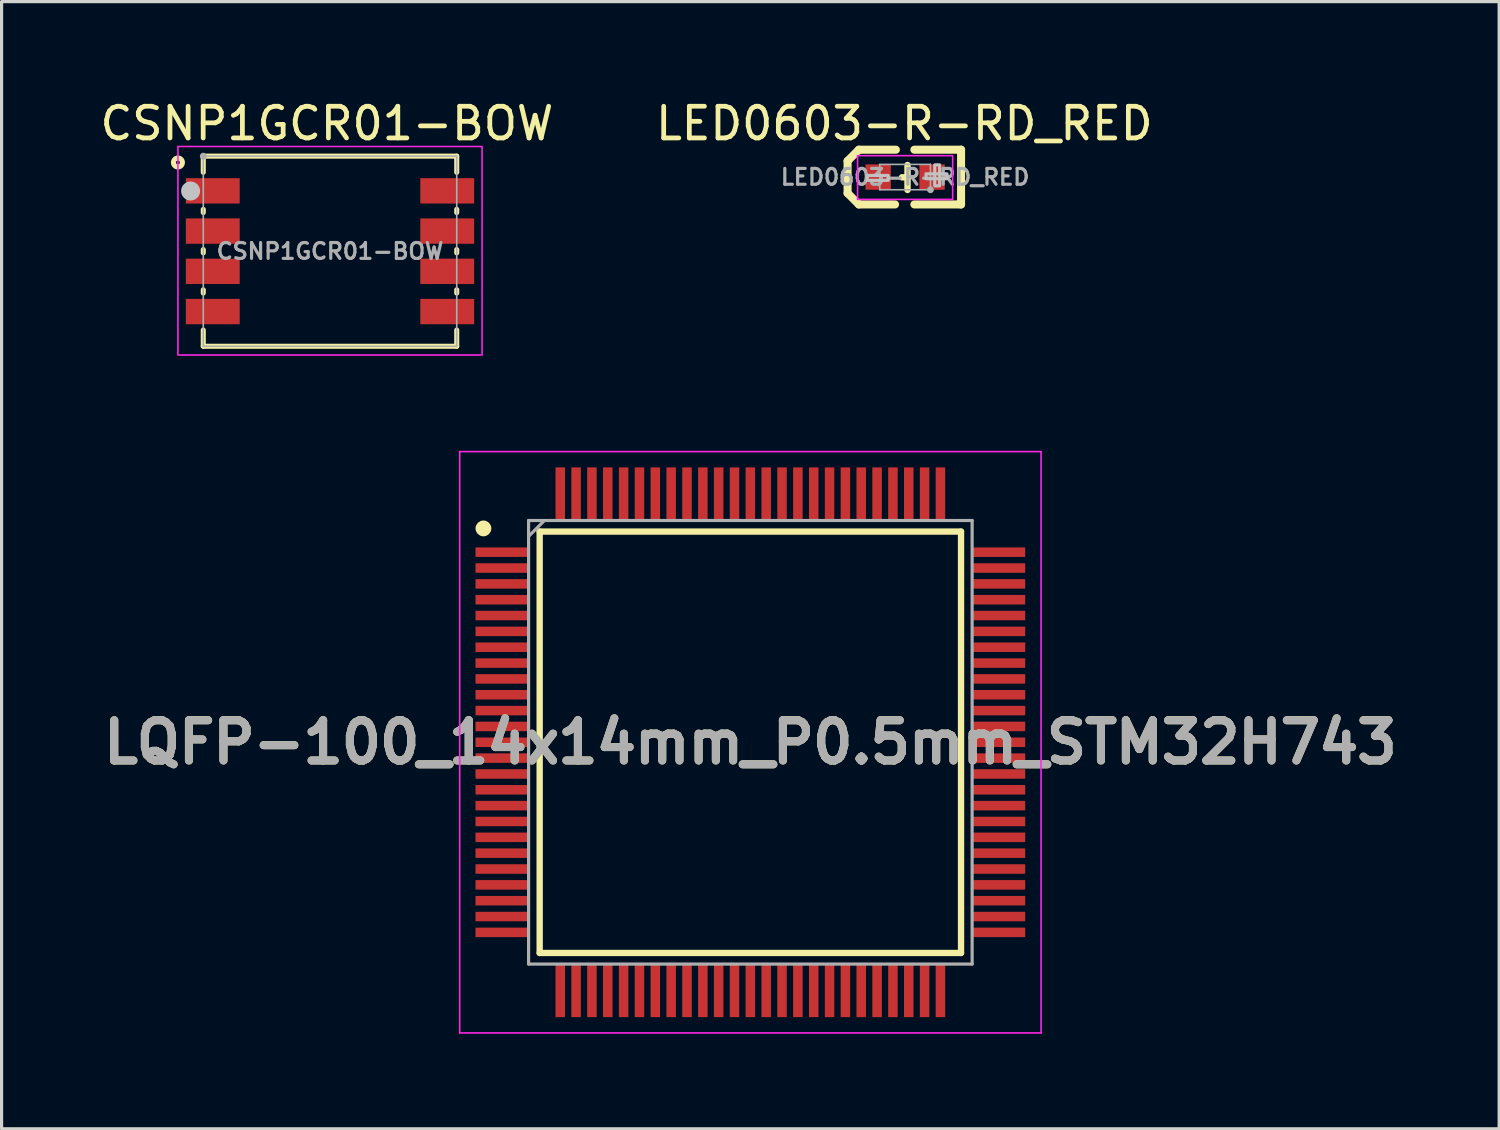
<source format=kicad_pcb>
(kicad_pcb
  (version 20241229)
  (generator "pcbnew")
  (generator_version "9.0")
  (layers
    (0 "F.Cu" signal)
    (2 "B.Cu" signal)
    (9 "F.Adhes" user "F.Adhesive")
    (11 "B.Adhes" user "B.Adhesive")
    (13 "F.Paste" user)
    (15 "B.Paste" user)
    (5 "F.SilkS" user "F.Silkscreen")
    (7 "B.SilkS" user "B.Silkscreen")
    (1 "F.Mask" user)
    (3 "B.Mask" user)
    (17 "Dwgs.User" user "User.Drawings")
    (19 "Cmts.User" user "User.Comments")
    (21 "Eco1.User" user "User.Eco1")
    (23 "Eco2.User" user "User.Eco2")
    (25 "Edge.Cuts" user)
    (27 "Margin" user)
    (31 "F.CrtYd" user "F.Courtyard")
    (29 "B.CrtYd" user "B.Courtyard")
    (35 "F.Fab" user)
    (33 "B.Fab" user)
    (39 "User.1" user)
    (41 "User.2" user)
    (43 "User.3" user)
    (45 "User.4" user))
  (footprint "LED0603-R-RD_RED"
    (layer "F.Cu")
    (at 25.519 2.539)
    (property "Reference" "LED0603-R-RD_RED" (at -0.025 -1.69 0) (layer "F.SilkS") (effects (font (size 1 1) (thickness 0.15))))
    (fp_line (start -1.816 -0.508) (end -1.46 -0.864) (stroke (width 0.254) (type default)) (layer "F.SilkS"))
    (fp_line (start -1.816 0.508) (end -1.816 -0.508) (stroke (width 0.254) (type default)) (layer "F.SilkS"))
    (fp_line (start -1.46 0.864) (end -1.816 0.508) (stroke (width 0.254) (type default)) (layer "F.SilkS"))
    (fp_line (start -0.318 0.864) (end -1.46 0.864) (stroke (width 0.254) (type default)) (layer "F.SilkS"))
    (fp_line (start -0.292 -0.864) (end -1.46 -0.864) (stroke (width 0.254) (type default)) (layer "F.SilkS"))
    (fp_line (start 0.076 0.008) (end -0.099 0.008) (stroke (width 0.203) (type default)) (layer "F.SilkS"))
    (fp_line (start 0.076 0.406) (end 0.076 -0.381) (stroke (width 0.203) (type default)) (layer "F.SilkS"))
    (fp_line (start 1.766 -0.864) (end 0.292 -0.864) (stroke (width 0.254) (type default)) (layer "F.SilkS"))
    (fp_line (start 1.766 0.864) (end 0.292 0.864) (stroke (width 0.254) (type default)) (layer "F.SilkS"))
    (fp_line (start 1.766 0.864) (end 1.766 -0.864) (stroke (width 0.254) (type default)) (layer "F.SilkS"))
    (fp_poly (pts (xy -1.194 -0.05) (xy -0.533 -0.05) (xy -0.533 0.103) (xy -1.194 0.103)) (stroke (width 0.1) (type default)) (fill no) (layer "Dwgs.User"))
    (fp_poly (pts (xy 0.66 -0.102) (xy 1.321 -0.102) (xy 1.321 0.051) (xy 0.66 0.051)) (stroke (width 0.1) (type default)) (fill no) (layer "Dwgs.User"))
    (fp_poly (pts (xy 0.935 0.275) (xy 0.935 -0.385) (xy 1.088 -0.385) (xy 1.088 0.275)) (stroke (width 0.1) (type default)) (fill no) (layer "Dwgs.User"))
    (fp_rect (start -1.501 -0.675) (end 1.501 0.705) (stroke (width 0.05) (type default)) (fill no) (layer "F.CrtYd"))
    (fp_line (start -0.8 -0.4) (end 0.8 -0.4) (stroke (width 0.051) (type default)) (layer "F.Fab"))
    (fp_line (start -0.8 0.4) (end -0.8 -0.4) (stroke (width 0.051) (type default)) (layer "F.Fab"))
    (fp_line (start 0.8 -0.4) (end 0.8 0.4) (stroke (width 0.051) (type default)) (layer "F.Fab"))
    (fp_line (start 0.8 0.4) (end -0.8 0.4) (stroke (width 0.051) (type default)) (layer "F.Fab"))
    (fp_poly (pts (xy 0.855 0.377) (xy 0.823 0.345) (xy 0.777 0.345) (xy 0.745 0.377) (xy 0.745 0.423) (xy 0.777 0.455) (xy 0.823 0.455) (xy 0.855 0.423)) (stroke (width 0.1) (type default)) (fill no) (layer "F.Fab"))
    (fp_poly (pts (xy -0.8 0.4) (xy -0.8 -0.4) (xy -0.5 -0.4) (xy -0.5 0.4)) (stroke (width 0.1) (type default)) (fill no) (layer "User.1"))
    (fp_poly (pts (xy 0.8 -0.4) (xy 0.8 0.4) (xy 0.5 0.4) (xy 0.5 -0.4)) (stroke (width 0.1) (type default)) (fill no) (layer "User.1"))
    (fp_text user "${REFERENCE}" (at 0 0 0) (layer "F.Fab") (effects (font (size 0.5 0.5) (thickness 0.1))))
    (pad "1" smd rect (at 0.851 0 90) (size 0.8 0.8) (layers "F.Cu" "F.Mask" "F.Paste"))
    (pad "2" smd rect (at -0.851 0 90) (size 0.8 0.8) (layers "F.Cu" "F.Mask" "F.Paste")))
  (footprint "CSNP1GCR01-BOW"
    (layer "F.Cu")
    (at 7.366 4.879)
    (property "Reference" "CSNP1GCR01-BOW" (at -0.098 -4.03 0) (layer "F.SilkS") (effects (font (size 1 1) (thickness 0.15))))
    (fp_line (start -4 -3) (end -4 -2.49) (stroke (width 0.16) (type default)) (layer "F.SilkS"))
    (fp_line (start -4 -3) (end 4 -3) (stroke (width 0.16) (type default)) (layer "F.SilkS"))
    (fp_line (start -4 -1.321) (end -4 -1.22) (stroke (width 0.16) (type default)) (layer "F.SilkS"))
    (fp_line (start -4 -0.051) (end -4 0.051) (stroke (width 0.16) (type default)) (layer "F.SilkS"))
    (fp_line (start -4 1.219) (end -4 1.321) (stroke (width 0.16) (type default)) (layer "F.SilkS"))
    (fp_line (start -4 2.489) (end -4 3) (stroke (width 0.16) (type default)) (layer "F.SilkS"))
    (fp_line (start -4 3) (end 4 3) (stroke (width 0.16) (type default)) (layer "F.SilkS"))
    (fp_line (start 4 -3) (end 4 -2.49) (stroke (width 0.16) (type default)) (layer "F.SilkS"))
    (fp_line (start 4 -1.321) (end 4 -1.22) (stroke (width 0.16) (type default)) (layer "F.SilkS"))
    (fp_line (start 4 -0.051) (end 4 0.051) (stroke (width 0.16) (type default)) (layer "F.SilkS"))
    (fp_line (start 4 1.219) (end 4 1.321) (stroke (width 0.16) (type default)) (layer "F.SilkS"))
    (fp_line (start 4 2.489) (end 4 3) (stroke (width 0.16) (type default)) (layer "F.SilkS"))
    (fp_circle (center -4.8 -2.8) (end -4.659 -2.8) (stroke (width 0.16) (type default)) (fill no) (layer "F.SilkS"))
    (fp_circle (center -4.4 -1.9) (end -4.25 -1.9) (stroke (width 0.3) (type default)) (fill no) (layer "Dwgs.User"))
    (fp_rect (start -4.8 -3.305) (end 4.8 3.276) (stroke (width 0.05) (type default)) (fill no) (layer "F.CrtYd"))
    (fp_line (start -4 -3) (end 4 -3) (stroke (width 0.051) (type default)) (layer "F.Fab"))
    (fp_line (start -4 3) (end -4 -3) (stroke (width 0.051) (type default)) (layer "F.Fab"))
    (fp_line (start 4 -3) (end 4 3) (stroke (width 0.051) (type default)) (layer "F.Fab"))
    (fp_line (start 4 3) (end -4 3) (stroke (width 0.051) (type default)) (layer "F.Fab"))
    (fp_poly (pts (xy -3.945 -3.023) (xy -3.977 -3.055) (xy -4.023 -3.055) (xy -4.055 -3.023) (xy -4.055 -2.977) (xy -4.023 -2.945) (xy -3.977 -2.945) (xy -3.945 -2.977)) (stroke (width 0.1) (type default)) (fill no) (layer "F.Fab"))
    (fp_poly (pts (xy -4 -2.28) (xy -3.25 -2.28) (xy -3.25 -1.53) (xy -4 -1.53)) (stroke (width 0.1) (type default)) (fill no) (layer "User.1"))
    (fp_poly (pts (xy -4 -1.01) (xy -3.25 -1.01) (xy -3.25 -0.26) (xy -4 -0.26)) (stroke (width 0.1) (type default)) (fill no) (layer "User.1"))
    (fp_poly (pts (xy -4 0.26) (xy -3.25 0.26) (xy -3.25 1.01) (xy -4 1.01)) (stroke (width 0.1) (type default)) (fill no) (layer "User.1"))
    (fp_poly (pts (xy -4 1.53) (xy -3.25 1.53) (xy -3.25 2.28) (xy -4 2.28)) (stroke (width 0.1) (type default)) (fill no) (layer "User.1"))
    (fp_poly (pts (xy 3.25 -2.28) (xy 4 -2.28) (xy 4 -1.53) (xy 3.25 -1.53)) (stroke (width 0.1) (type default)) (fill no) (layer "User.1"))
    (fp_poly (pts (xy 3.25 -1.01) (xy 4 -1.01) (xy 4 -0.26) (xy 3.25 -0.26)) (stroke (width 0.1) (type default)) (fill no) (layer "User.1"))
    (fp_poly (pts (xy 3.25 0.26) (xy 4 0.26) (xy 4 1.01) (xy 3.25 1.01)) (stroke (width 0.1) (type default)) (fill no) (layer "User.1"))
    (fp_poly (pts (xy 3.25 1.53) (xy 4 1.53) (xy 4 2.28) (xy 3.25 2.28)) (stroke (width 0.1) (type default)) (fill no) (layer "User.1"))
    (fp_text user "${REFERENCE}" (at 0 0 0) (layer "F.Fab") (effects (font (size 0.5 0.5) (thickness 0.1))))
    (pad "1" smd rect (at -3.7 -1.905) (size 1.7 0.8) (layers "F.Cu" "F.Mask" "F.Paste"))
    (pad "2" smd rect (at -3.7 -0.635) (size 1.7 0.8) (layers "F.Cu" "F.Mask" "F.Paste"))
    (pad "3" smd rect (at -3.7 0.635) (size 1.7 0.8) (layers "F.Cu" "F.Mask" "F.Paste"))
    (pad "4" smd rect (at -3.7 1.905) (size 1.7 0.8) (layers "F.Cu" "F.Mask" "F.Paste"))
    (pad "5" smd rect (at 3.7 1.905) (size 1.7 0.8) (layers "F.Cu" "F.Mask" "F.Paste"))
    (pad "6" smd rect (at 3.7 0.635) (size 1.7 0.8) (layers "F.Cu" "F.Mask" "F.Paste"))
    (pad "7" smd rect (at 3.7 -0.635) (size 1.7 0.8) (layers "F.Cu" "F.Mask" "F.Paste"))
    (pad "8" smd rect (at 3.7 -1.905) (size 1.7 0.8) (layers "F.Cu" "F.Mask" "F.Paste")))
  (footprint "LQFP-100_14x14mm_P0.5mm_STM32H743"
    (layer "F.Cu")
    (at 20.634 20.379)
    (property "Reference" "LQFP-100_14x14mm_P0.5mm_STM32H743" (at 0 0 0) (layer "F.SilkS") (effects (font (size 1.27 1.27) (thickness 0.254))))
    (attr smd)
    (fp_line (start -6.65 -6.65) (end 6.65 -6.65) (stroke (width 0.2) (type solid)) (layer "F.SilkS"))
    (fp_line (start -6.65 6.65) (end -6.65 -6.65) (stroke (width 0.2) (type solid)) (layer "F.SilkS"))
    (fp_line (start 6.65 -6.65) (end 6.65 6.65) (stroke (width 0.2) (type solid)) (layer "F.SilkS"))
    (fp_line (start 6.65 6.65) (end -6.65 6.65) (stroke (width 0.2) (type solid)) (layer "F.SilkS"))
    (fp_circle (center -8.425 -6.75) (end -8.425 -6.625) (stroke (width 0.25) (type solid)) (fill no) (layer "F.SilkS"))
    (fp_line (start -9.175 -9.175) (end 9.175 -9.175) (stroke (width 0.05) (type solid)) (layer "F.CrtYd"))
    (fp_line (start -9.175 9.175) (end -9.175 -9.175) (stroke (width 0.05) (type solid)) (layer "F.CrtYd"))
    (fp_line (start 9.175 -9.175) (end 9.175 9.175) (stroke (width 0.05) (type solid)) (layer "F.CrtYd"))
    (fp_line (start 9.175 9.175) (end -9.175 9.175) (stroke (width 0.05) (type solid)) (layer "F.CrtYd"))
    (fp_line (start -7 -7) (end 7 -7) (stroke (width 0.1) (type solid)) (layer "F.Fab"))
    (fp_line (start -7 -6.5) (end -6.5 -7) (stroke (width 0.1) (type solid)) (layer "F.Fab"))
    (fp_line (start -7 7) (end -7 -7) (stroke (width 0.1) (type solid)) (layer "F.Fab"))
    (fp_line (start 7 -7) (end 7 7) (stroke (width 0.1) (type solid)) (layer "F.Fab"))
    (fp_line (start 7 7) (end -7 7) (stroke (width 0.1) (type solid)) (layer "F.Fab"))
    (fp_text user "${REFERENCE}" (at 0 0 0) (layer "F.Fab") (effects (font (size 1.27 1.27) (thickness 0.254))))
    (pad "1" smd rect (at -7.838 -6 90) (size 0.3 1.675) (layers "F.Cu" "F.Mask" "F.Paste"))
    (pad "2" smd rect (at -7.838 -5.5 90) (size 0.3 1.675) (layers "F.Cu" "F.Mask" "F.Paste"))
    (pad "3" smd rect (at -7.838 -5 90) (size 0.3 1.675) (layers "F.Cu" "F.Mask" "F.Paste"))
    (pad "4" smd rect (at -7.838 -4.5 90) (size 0.3 1.675) (layers "F.Cu" "F.Mask" "F.Paste"))
    (pad "5" smd rect (at -7.838 -4 90) (size 0.3 1.675) (layers "F.Cu" "F.Mask" "F.Paste"))
    (pad "6" smd rect (at -7.838 -3.5 90) (size 0.3 1.675) (layers "F.Cu" "F.Mask" "F.Paste"))
    (pad "7" smd rect (at -7.838 -3 90) (size 0.3 1.675) (layers "F.Cu" "F.Mask" "F.Paste"))
    (pad "8" smd rect (at -7.838 -2.5 90) (size 0.3 1.675) (layers "F.Cu" "F.Mask" "F.Paste"))
    (pad "9" smd rect (at -7.838 -2 90) (size 0.3 1.675) (layers "F.Cu" "F.Mask" "F.Paste"))
    (pad "10" smd rect (at -7.838 -1.5 90) (size 0.3 1.675) (layers "F.Cu" "F.Mask" "F.Paste"))
    (pad "11" smd rect (at -7.838 -1 90) (size 0.3 1.675) (layers "F.Cu" "F.Mask" "F.Paste"))
    (pad "12" smd rect (at -7.838 -0.5 90) (size 0.3 1.675) (layers "F.Cu" "F.Mask" "F.Paste"))
    (pad "13" smd rect (at -7.838 0 90) (size 0.3 1.675) (layers "F.Cu" "F.Mask" "F.Paste"))
    (pad "14" smd rect (at -7.838 0.5 90) (size 0.3 1.675) (layers "F.Cu" "F.Mask" "F.Paste"))
    (pad "15" smd rect (at -7.838 1 90) (size 0.3 1.675) (layers "F.Cu" "F.Mask" "F.Paste"))
    (pad "16" smd rect (at -7.838 1.5 90) (size 0.3 1.675) (layers "F.Cu" "F.Mask" "F.Paste"))
    (pad "17" smd rect (at -7.838 2 90) (size 0.3 1.675) (layers "F.Cu" "F.Mask" "F.Paste"))
    (pad "18" smd rect (at -7.838 2.5 90) (size 0.3 1.675) (layers "F.Cu" "F.Mask" "F.Paste"))
    (pad "19" smd rect (at -7.838 3 90) (size 0.3 1.675) (layers "F.Cu" "F.Mask" "F.Paste"))
    (pad "20" smd rect (at -7.838 3.5 90) (size 0.3 1.675) (layers "F.Cu" "F.Mask" "F.Paste"))
    (pad "21" smd rect (at -7.838 4 90) (size 0.3 1.675) (layers "F.Cu" "F.Mask" "F.Paste"))
    (pad "22" smd rect (at -7.838 4.5 90) (size 0.3 1.675) (layers "F.Cu" "F.Mask" "F.Paste"))
    (pad "23" smd rect (at -7.838 5 90) (size 0.3 1.675) (layers "F.Cu" "F.Mask" "F.Paste"))
    (pad "24" smd rect (at -7.838 5.5 90) (size 0.3 1.675) (layers "F.Cu" "F.Mask" "F.Paste"))
    (pad "25" smd rect (at -7.838 6 90) (size 0.3 1.675) (layers "F.Cu" "F.Mask" "F.Paste"))
    (pad "26" smd rect (at -6 7.838) (size 0.3 1.675) (layers "F.Cu" "F.Mask" "F.Paste"))
    (pad "27" smd rect (at -5.5 7.838) (size 0.3 1.675) (layers "F.Cu" "F.Mask" "F.Paste"))
    (pad "28" smd rect (at -5 7.838) (size 0.3 1.675) (layers "F.Cu" "F.Mask" "F.Paste"))
    (pad "29" smd rect (at -4.5 7.838) (size 0.3 1.675) (layers "F.Cu" "F.Mask" "F.Paste"))
    (pad "30" smd rect (at -4 7.838) (size 0.3 1.675) (layers "F.Cu" "F.Mask" "F.Paste"))
    (pad "31" smd rect (at -3.5 7.838) (size 0.3 1.675) (layers "F.Cu" "F.Mask" "F.Paste"))
    (pad "32" smd rect (at -3 7.838) (size 0.3 1.675) (layers "F.Cu" "F.Mask" "F.Paste"))
    (pad "33" smd rect (at -2.5 7.838) (size 0.3 1.675) (layers "F.Cu" "F.Mask" "F.Paste"))
    (pad "34" smd rect (at -2 7.838) (size 0.3 1.675) (layers "F.Cu" "F.Mask" "F.Paste"))
    (pad "35" smd rect (at -1.5 7.838) (size 0.3 1.675) (layers "F.Cu" "F.Mask" "F.Paste"))
    (pad "36" smd rect (at -1 7.838) (size 0.3 1.675) (layers "F.Cu" "F.Mask" "F.Paste"))
    (pad "37" smd rect (at -0.5 7.838) (size 0.3 1.675) (layers "F.Cu" "F.Mask" "F.Paste"))
    (pad "38" smd rect (at 0 7.838) (size 0.3 1.675) (layers "F.Cu" "F.Mask" "F.Paste"))
    (pad "39" smd rect (at 0.5 7.838) (size 0.3 1.675) (layers "F.Cu" "F.Mask" "F.Paste"))
    (pad "40" smd rect (at 1 7.838) (size 0.3 1.675) (layers "F.Cu" "F.Mask" "F.Paste"))
    (pad "41" smd rect (at 1.5 7.838) (size 0.3 1.675) (layers "F.Cu" "F.Mask" "F.Paste"))
    (pad "42" smd rect (at 2 7.838) (size 0.3 1.675) (layers "F.Cu" "F.Mask" "F.Paste"))
    (pad "43" smd rect (at 2.5 7.838) (size 0.3 1.675) (layers "F.Cu" "F.Mask" "F.Paste"))
    (pad "44" smd rect (at 3 7.838) (size 0.3 1.675) (layers "F.Cu" "F.Mask" "F.Paste"))
    (pad "45" smd rect (at 3.5 7.838) (size 0.3 1.675) (layers "F.Cu" "F.Mask" "F.Paste"))
    (pad "46" smd rect (at 4 7.838) (size 0.3 1.675) (layers "F.Cu" "F.Mask" "F.Paste"))
    (pad "47" smd rect (at 4.5 7.838) (size 0.3 1.675) (layers "F.Cu" "F.Mask" "F.Paste"))
    (pad "48" smd rect (at 5 7.838) (size 0.3 1.675) (layers "F.Cu" "F.Mask" "F.Paste"))
    (pad "49" smd rect (at 5.5 7.838) (size 0.3 1.675) (layers "F.Cu" "F.Mask" "F.Paste"))
    (pad "50" smd rect (at 6 7.838) (size 0.3 1.675) (layers "F.Cu" "F.Mask" "F.Paste"))
    (pad "51" smd rect (at 7.838 6 90) (size 0.3 1.675) (layers "F.Cu" "F.Mask" "F.Paste"))
    (pad "52" smd rect (at 7.838 5.5 90) (size 0.3 1.675) (layers "F.Cu" "F.Mask" "F.Paste"))
    (pad "53" smd rect (at 7.838 5 90) (size 0.3 1.675) (layers "F.Cu" "F.Mask" "F.Paste"))
    (pad "54" smd rect (at 7.838 4.5 90) (size 0.3 1.675) (layers "F.Cu" "F.Mask" "F.Paste"))
    (pad "55" smd rect (at 7.838 4 90) (size 0.3 1.675) (layers "F.Cu" "F.Mask" "F.Paste"))
    (pad "56" smd rect (at 7.838 3.5 90) (size 0.3 1.675) (layers "F.Cu" "F.Mask" "F.Paste"))
    (pad "57" smd rect (at 7.838 3 90) (size 0.3 1.675) (layers "F.Cu" "F.Mask" "F.Paste"))
    (pad "58" smd rect (at 7.838 2.5 90) (size 0.3 1.675) (layers "F.Cu" "F.Mask" "F.Paste"))
    (pad "59" smd rect (at 7.838 2 90) (size 0.3 1.675) (layers "F.Cu" "F.Mask" "F.Paste"))
    (pad "60" smd rect (at 7.838 1.5 90) (size 0.3 1.675) (layers "F.Cu" "F.Mask" "F.Paste"))
    (pad "61" smd rect (at 7.838 1 90) (size 0.3 1.675) (layers "F.Cu" "F.Mask" "F.Paste"))
    (pad "62" smd rect (at 7.838 0.5 90) (size 0.3 1.675) (layers "F.Cu" "F.Mask" "F.Paste"))
    (pad "63" smd rect (at 7.838 0 90) (size 0.3 1.675) (layers "F.Cu" "F.Mask" "F.Paste"))
    (pad "64" smd rect (at 7.838 -0.5 90) (size 0.3 1.675) (layers "F.Cu" "F.Mask" "F.Paste"))
    (pad "65" smd rect (at 7.838 -1 90) (size 0.3 1.675) (layers "F.Cu" "F.Mask" "F.Paste"))
    (pad "66" smd rect (at 7.838 -1.5 90) (size 0.3 1.675) (layers "F.Cu" "F.Mask" "F.Paste"))
    (pad "67" smd rect (at 7.838 -2 90) (size 0.3 1.675) (layers "F.Cu" "F.Mask" "F.Paste"))
    (pad "68" smd rect (at 7.838 -2.5 90) (size 0.3 1.675) (layers "F.Cu" "F.Mask" "F.Paste"))
    (pad "69" smd rect (at 7.838 -3 90) (size 0.3 1.675) (layers "F.Cu" "F.Mask" "F.Paste"))
    (pad "70" smd rect (at 7.838 -3.5 90) (size 0.3 1.675) (layers "F.Cu" "F.Mask" "F.Paste"))
    (pad "71" smd rect (at 7.838 -4 90) (size 0.3 1.675) (layers "F.Cu" "F.Mask" "F.Paste"))
    (pad "72" smd rect (at 7.838 -4.5 90) (size 0.3 1.675) (layers "F.Cu" "F.Mask" "F.Paste"))
    (pad "73" smd rect (at 7.838 -5 90) (size 0.3 1.675) (layers "F.Cu" "F.Mask" "F.Paste"))
    (pad "74" smd rect (at 7.838 -5.5 90) (size 0.3 1.675) (layers "F.Cu" "F.Mask" "F.Paste"))
    (pad "75" smd rect (at 7.838 -6 90) (size 0.3 1.675) (layers "F.Cu" "F.Mask" "F.Paste"))
    (pad "76" smd rect (at 6 -7.838) (size 0.3 1.675) (layers "F.Cu" "F.Mask" "F.Paste"))
    (pad "77" smd rect (at 5.5 -7.838) (size 0.3 1.675) (layers "F.Cu" "F.Mask" "F.Paste"))
    (pad "78" smd rect (at 5 -7.838) (size 0.3 1.675) (layers "F.Cu" "F.Mask" "F.Paste"))
    (pad "79" smd rect (at 4.5 -7.838) (size 0.3 1.675) (layers "F.Cu" "F.Mask" "F.Paste"))
    (pad "80" smd rect (at 4 -7.838) (size 0.3 1.675) (layers "F.Cu" "F.Mask" "F.Paste"))
    (pad "81" smd rect (at 3.5 -7.838) (size 0.3 1.675) (layers "F.Cu" "F.Mask" "F.Paste"))
    (pad "82" smd rect (at 3 -7.838) (size 0.3 1.675) (layers "F.Cu" "F.Mask" "F.Paste"))
    (pad "83" smd rect (at 2.5 -7.838) (size 0.3 1.675) (layers "F.Cu" "F.Mask" "F.Paste"))
    (pad "84" smd rect (at 2 -7.838) (size 0.3 1.675) (layers "F.Cu" "F.Mask" "F.Paste"))
    (pad "85" smd rect (at 1.5 -7.838) (size 0.3 1.675) (layers "F.Cu" "F.Mask" "F.Paste"))
    (pad "86" smd rect (at 1 -7.838) (size 0.3 1.675) (layers "F.Cu" "F.Mask" "F.Paste"))
    (pad "87" smd rect (at 0.5 -7.838) (size 0.3 1.675) (layers "F.Cu" "F.Mask" "F.Paste"))
    (pad "88" smd rect (at 0 -7.838) (size 0.3 1.675) (layers "F.Cu" "F.Mask" "F.Paste"))
    (pad "89" smd rect (at -0.5 -7.838) (size 0.3 1.675) (layers "F.Cu" "F.Mask" "F.Paste"))
    (pad "90" smd rect (at -1 -7.838) (size 0.3 1.675) (layers "F.Cu" "F.Mask" "F.Paste"))
    (pad "91" smd rect (at -1.5 -7.838) (size 0.3 1.675) (layers "F.Cu" "F.Mask" "F.Paste"))
    (pad "92" smd rect (at -2 -7.838) (size 0.3 1.675) (layers "F.Cu" "F.Mask" "F.Paste"))
    (pad "93" smd rect (at -2.5 -7.838) (size 0.3 1.675) (layers "F.Cu" "F.Mask" "F.Paste"))
    (pad "94" smd rect (at -3 -7.838) (size 0.3 1.675) (layers "F.Cu" "F.Mask" "F.Paste"))
    (pad "95" smd rect (at -3.5 -7.838) (size 0.3 1.675) (layers "F.Cu" "F.Mask" "F.Paste"))
    (pad "96" smd rect (at -4 -7.838) (size 0.3 1.675) (layers "F.Cu" "F.Mask" "F.Paste"))
    (pad "97" smd rect (at -4.5 -7.838) (size 0.3 1.675) (layers "F.Cu" "F.Mask" "F.Paste"))
    (pad "98" smd rect (at -5 -7.838) (size 0.3 1.675) (layers "F.Cu" "F.Mask" "F.Paste"))
    (pad "99" smd rect (at -5.5 -7.838) (size 0.3 1.675) (layers "F.Cu" "F.Mask" "F.Paste"))
    (pad "100" smd rect (at -6 -7.838) (size 0.3 1.675) (layers "F.Cu" "F.Mask" "F.Paste")))
  (gr_rect
    (start -3 -3)
    (end 44.269 32.579)
    (stroke (width 0.1) (type default))
    (fill no)
    (layer "Edge.Cuts")))
</source>
